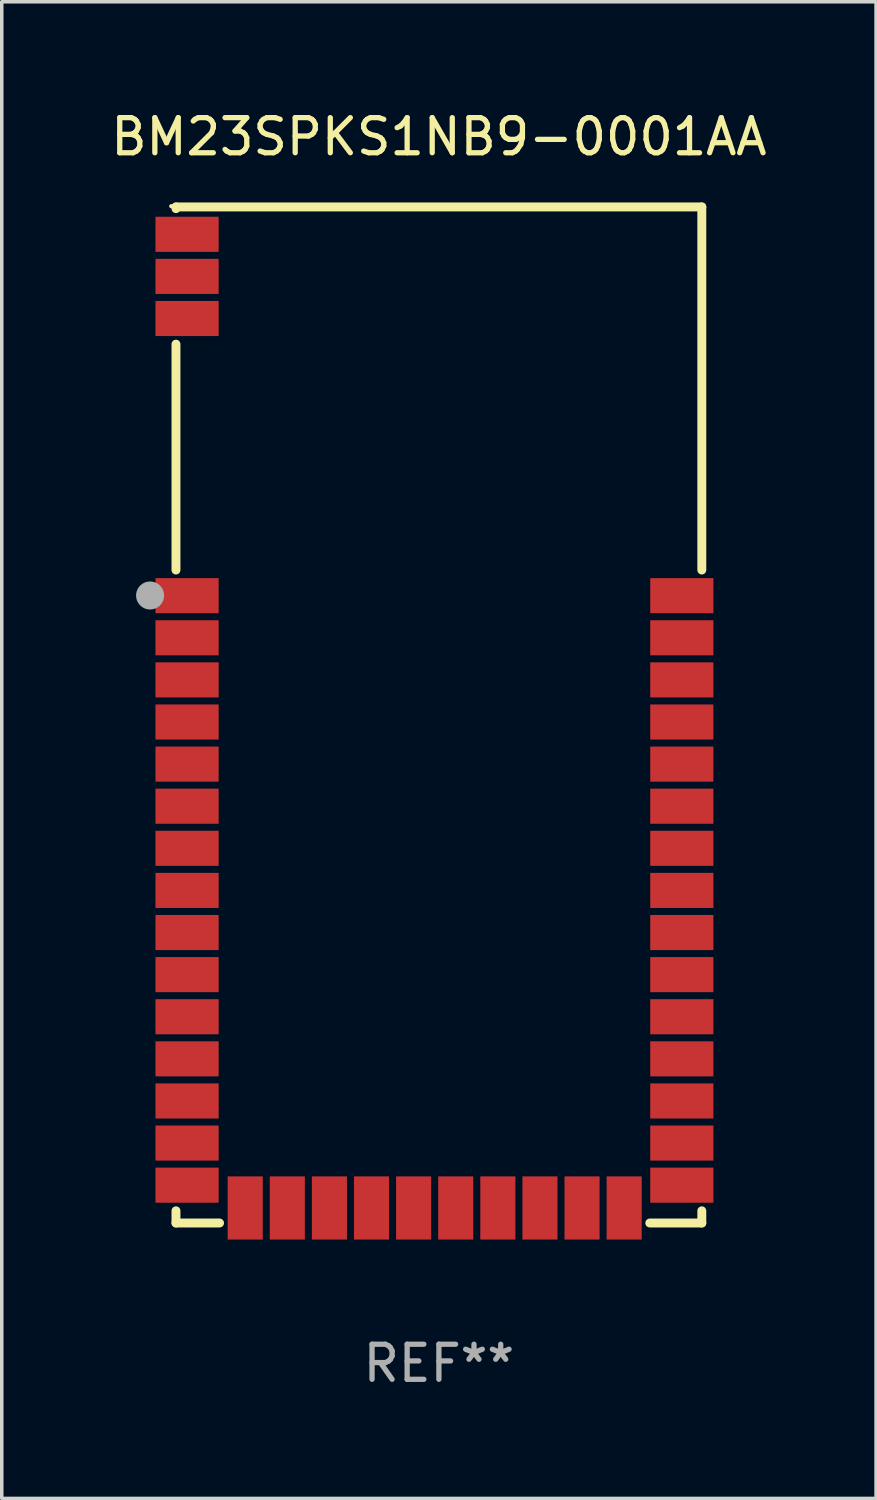
<source format=kicad_pcb>
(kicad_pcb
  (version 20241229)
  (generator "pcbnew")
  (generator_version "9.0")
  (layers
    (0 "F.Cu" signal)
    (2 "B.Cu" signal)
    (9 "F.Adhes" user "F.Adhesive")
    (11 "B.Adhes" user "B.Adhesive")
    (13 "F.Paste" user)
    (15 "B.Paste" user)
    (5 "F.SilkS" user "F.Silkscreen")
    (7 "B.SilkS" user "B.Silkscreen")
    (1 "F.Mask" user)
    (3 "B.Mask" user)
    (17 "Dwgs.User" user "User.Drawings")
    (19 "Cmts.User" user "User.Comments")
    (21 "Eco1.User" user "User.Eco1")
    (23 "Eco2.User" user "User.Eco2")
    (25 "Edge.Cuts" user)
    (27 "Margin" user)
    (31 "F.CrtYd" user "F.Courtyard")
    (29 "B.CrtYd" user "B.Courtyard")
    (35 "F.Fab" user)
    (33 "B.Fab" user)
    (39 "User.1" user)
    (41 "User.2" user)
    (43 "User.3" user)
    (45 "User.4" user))
  (footprint "BM23SPKS1NB9-0001AA"
    (layer "F.Cu")
    (at 9.458 17.326)
    (property "Reference" "BM23SPKS1NB9-0001AA" (at 0 -16.478 0) (layer "F.SilkS") (effects (font (size 1 1) (thickness 0.15))))
    (attr through_hole)
    (fp_line (start -7.493 -14.478) (end -7.493 -14.43) (stroke (width 0.254) (type solid)) (layer "F.SilkS"))
    (fp_line (start -7.493 -10.568) (end -7.493 -4.131) (stroke (width 0.254) (type solid)) (layer "F.SilkS"))
    (fp_line (start -7.493 14.131) (end -7.493 14.478) (stroke (width 0.254) (type solid)) (layer "F.SilkS"))
    (fp_line (start -7.493 14.478) (end -6.251 14.478) (stroke (width 0.254) (type solid)) (layer "F.SilkS"))
    (fp_line (start 6.011 14.478) (end 7.493 14.478) (stroke (width 0.254) (type solid)) (layer "F.SilkS"))
    (fp_line (start 7.493 -14.478) (end -7.493 -14.478) (stroke (width 0.254) (type solid)) (layer "F.SilkS"))
    (fp_line (start 7.493 -4.131) (end 7.493 -14.478) (stroke (width 0.254) (type solid)) (layer "F.SilkS"))
    (fp_line (start 7.493 14.478) (end 7.493 14.131) (stroke (width 0.254) (type solid)) (layer "F.SilkS"))
    (fp_circle (center -7.627 -14.5) (end -7.597 -14.5) (stroke (width 0.06) (type solid)) (fill no) (layer "F.SilkS"))
    (fp_circle (center -8.231 -3.405) (end -8.031 -3.405) (stroke (width 0.4) (type solid)) (fill no) (layer "F.Fab"))
    (fp_text user "REF**" (at 0 18.478 0) (layer "F.Fab") (effects (font (size 1 1) (thickness 0.15))))
    (pad "1" smd rect (at -7.177 -3.4) (size 1.8 1) (layers "F.Cu" "F.Mask" "F.Paste"))
    (pad "2" smd rect (at -7.177 -2.2) (size 1.8 1) (layers "F.Cu" "F.Mask" "F.Paste"))
    (pad "3" smd rect (at -7.177 -1) (size 1.8 1) (layers "F.Cu" "F.Mask" "F.Paste"))
    (pad "4" smd rect (at -7.177 0.2) (size 1.8 1) (layers "F.Cu" "F.Mask" "F.Paste"))
    (pad "5" smd rect (at -7.177 1.4) (size 1.8 1) (layers "F.Cu" "F.Mask" "F.Paste"))
    (pad "6" smd rect (at -7.177 2.6) (size 1.8 1) (layers "F.Cu" "F.Mask" "F.Paste"))
    (pad "7" smd rect (at -7.177 3.8) (size 1.8 1) (layers "F.Cu" "F.Mask" "F.Paste"))
    (pad "8" smd rect (at -7.177 5) (size 1.8 1) (layers "F.Cu" "F.Mask" "F.Paste"))
    (pad "9" smd rect (at -7.177 6.2) (size 1.8 1) (layers "F.Cu" "F.Mask" "F.Paste"))
    (pad "10" smd rect (at -7.177 7.4) (size 1.8 1) (layers "F.Cu" "F.Mask" "F.Paste"))
    (pad "11" smd rect (at -7.177 8.6) (size 1.8 1) (layers "F.Cu" "F.Mask" "F.Paste"))
    (pad "12" smd rect (at -7.177 9.8) (size 1.8 1) (layers "F.Cu" "F.Mask" "F.Paste"))
    (pad "13" smd rect (at -7.177 11) (size 1.8 1) (layers "F.Cu" "F.Mask" "F.Paste"))
    (pad "14" smd rect (at -7.177 12.2) (size 1.8 1) (layers "F.Cu" "F.Mask" "F.Paste"))
    (pad "15" smd rect (at -7.177 13.4) (size 1.8 1) (layers "F.Cu" "F.Mask" "F.Paste"))
    (pad "16" smd rect (at -5.52 14.05) (size 1 1.8) (layers "F.Cu" "F.Mask" "F.Paste"))
    (pad "17" smd rect (at -4.32 14.05) (size 1 1.8) (layers "F.Cu" "F.Mask" "F.Paste"))
    (pad "18" smd rect (at -3.12 14.05) (size 1 1.8) (layers "F.Cu" "F.Mask" "F.Paste"))
    (pad "19" smd rect (at -1.92 14.05) (size 1 1.8) (layers "F.Cu" "F.Mask" "F.Paste"))
    (pad "20" smd rect (at -0.72 14.05) (size 1 1.8) (layers "F.Cu" "F.Mask" "F.Paste"))
    (pad "21" smd rect (at 0.48 14.05) (size 1 1.8) (layers "F.Cu" "F.Mask" "F.Paste"))
    (pad "22" smd rect (at 1.68 14.05) (size 1 1.8) (layers "F.Cu" "F.Mask" "F.Paste"))
    (pad "23" smd rect (at 2.88 14.05) (size 1 1.8) (layers "F.Cu" "F.Mask" "F.Paste"))
    (pad "24" smd rect (at 4.08 14.05) (size 1 1.8) (layers "F.Cu" "F.Mask" "F.Paste"))
    (pad "25" smd rect (at 5.28 14.05) (size 1 1.8) (layers "F.Cu" "F.Mask" "F.Paste"))
    (pad "26" smd rect (at 6.923 13.4) (size 1.8 1) (layers "F.Cu" "F.Mask" "F.Paste"))
    (pad "27" smd rect (at 6.923 12.2) (size 1.8 1) (layers "F.Cu" "F.Mask" "F.Paste"))
    (pad "28" smd rect (at 6.923 11) (size 1.8 1) (layers "F.Cu" "F.Mask" "F.Paste"))
    (pad "29" smd rect (at 6.923 9.8) (size 1.8 1) (layers "F.Cu" "F.Mask" "F.Paste"))
    (pad "30" smd rect (at 6.923 8.6) (size 1.8 1) (layers "F.Cu" "F.Mask" "F.Paste"))
    (pad "31" smd rect (at 6.923 7.4) (size 1.8 1) (layers "F.Cu" "F.Mask" "F.Paste"))
    (pad "32" smd rect (at 6.923 6.2) (size 1.8 1) (layers "F.Cu" "F.Mask" "F.Paste"))
    (pad "33" smd rect (at 6.923 5) (size 1.8 1) (layers "F.Cu" "F.Mask" "F.Paste"))
    (pad "34" smd rect (at 6.923 3.8) (size 1.8 1) (layers "F.Cu" "F.Mask" "F.Paste"))
    (pad "35" smd rect (at 6.923 2.6) (size 1.8 1) (layers "F.Cu" "F.Mask" "F.Paste"))
    (pad "36" smd rect (at 6.923 1.4) (size 1.8 1) (layers "F.Cu" "F.Mask" "F.Paste"))
    (pad "37" smd rect (at 6.923 0.2) (size 1.8 1) (layers "F.Cu" "F.Mask" "F.Paste"))
    (pad "38" smd rect (at 6.923 -1) (size 1.8 1) (layers "F.Cu" "F.Mask" "F.Paste"))
    (pad "39" smd rect (at 6.923 -2.2) (size 1.8 1) (layers "F.Cu" "F.Mask" "F.Paste"))
    (pad "40" smd rect (at 6.923 -3.4) (size 1.8 1) (layers "F.Cu" "F.Mask" "F.Paste"))
    (pad "41" smd rect (at -7.177 -11.299) (size 1.8 1) (layers "F.Cu" "F.Mask" "F.Paste"))
    (pad "42" smd rect (at -7.177 -12.499) (size 1.8 1) (layers "F.Cu" "F.Mask" "F.Paste"))
    (pad "43" smd rect (at -7.177 -13.699) (size 1.8 1) (layers "F.Cu" "F.Mask" "F.Paste")))
  (gr_rect
    (start -3 -3)
    (end 21.917 39.653)
    (stroke (width 0.1) (type default))
    (fill no)
    (layer "Edge.Cuts")))
</source>
